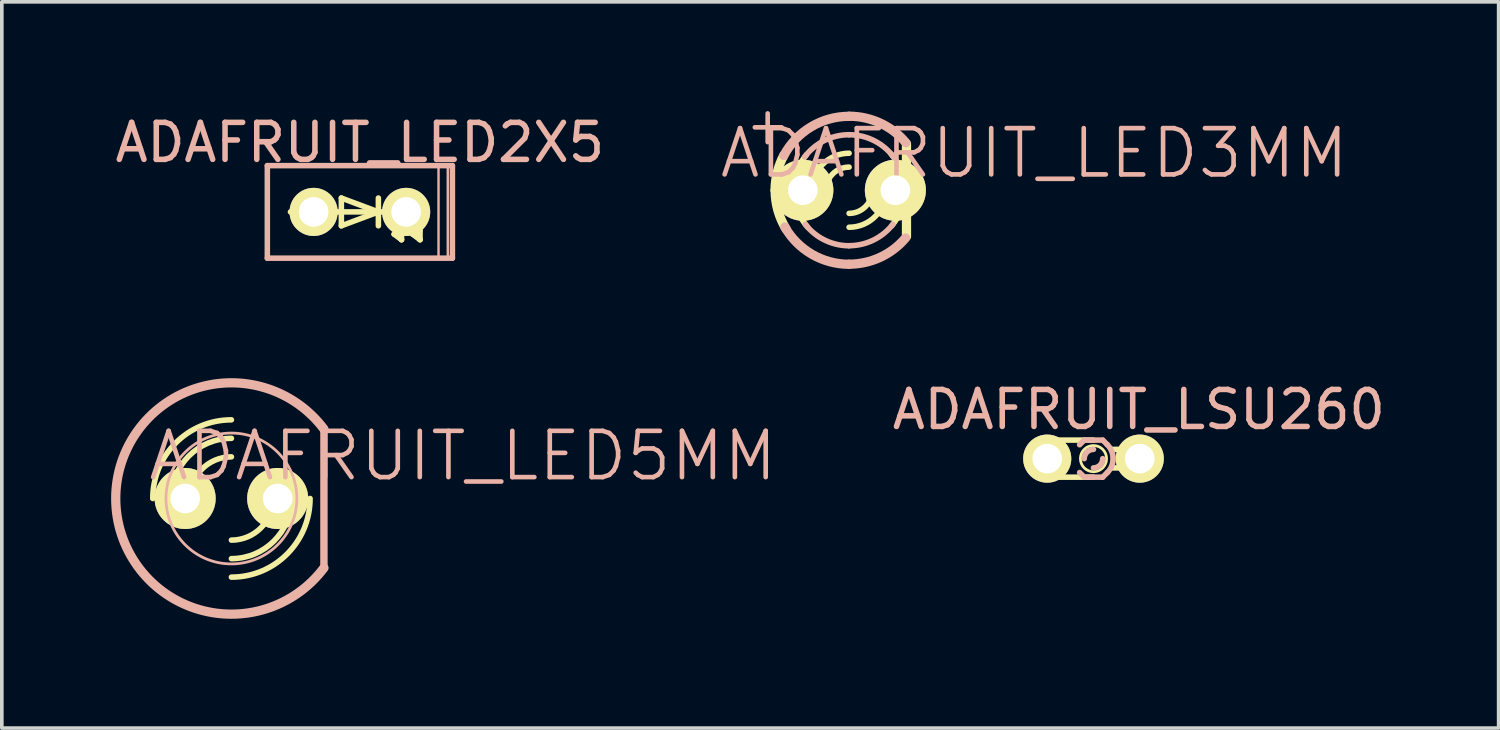
<source format=kicad_pcb>
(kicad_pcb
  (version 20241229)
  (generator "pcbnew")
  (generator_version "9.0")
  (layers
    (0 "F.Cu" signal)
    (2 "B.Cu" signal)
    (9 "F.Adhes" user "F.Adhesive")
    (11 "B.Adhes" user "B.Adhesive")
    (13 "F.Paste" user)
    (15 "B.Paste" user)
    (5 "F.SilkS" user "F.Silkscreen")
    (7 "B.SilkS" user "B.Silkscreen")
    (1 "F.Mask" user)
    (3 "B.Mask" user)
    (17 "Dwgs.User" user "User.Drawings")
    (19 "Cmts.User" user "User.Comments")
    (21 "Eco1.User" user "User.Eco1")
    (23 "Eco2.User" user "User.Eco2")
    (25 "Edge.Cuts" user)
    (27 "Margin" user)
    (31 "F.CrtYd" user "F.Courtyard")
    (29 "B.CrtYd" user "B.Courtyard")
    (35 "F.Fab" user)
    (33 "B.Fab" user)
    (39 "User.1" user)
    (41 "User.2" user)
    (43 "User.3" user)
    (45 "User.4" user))
  (footprint "ADAFRUIT_LSU260"
    (layer "F.Cu")
    (at 26.965 9.539)
    (property "Reference" "ADAFRUIT_LSU260" (at 1.245 -1.346 0) (layer "B.SilkS") (effects (font (size 1.016 1.016) (thickness 0.152))))
    (attr exclude_from_pos_files exclude_from_bom)
    (fp_line (start -1.397 -0.254) (end -1.143 -0.254) (stroke (width 0.066) (type solid)) (layer "F.SilkS"))
    (fp_line (start -1.397 -0.254) (end -1.143 -0.254) (stroke (width 0.152) (type solid)) (layer "F.SilkS"))
    (fp_line (start -1.397 0.254) (end -1.397 -0.254) (stroke (width 0.066) (type solid)) (layer "F.SilkS"))
    (fp_line (start -1.397 0.254) (end -1.397 -0.254) (stroke (width 0.152) (type solid)) (layer "F.SilkS"))
    (fp_line (start -1.397 0.254) (end -1.143 0.254) (stroke (width 0.066) (type solid)) (layer "F.SilkS"))
    (fp_line (start -1.143 -0.508) (end 0 -0.508) (stroke (width 0.152) (type solid)) (layer "F.SilkS"))
    (fp_line (start -1.143 -0.254) (end -1.143 -0.508) (stroke (width 0.152) (type solid)) (layer "F.SilkS"))
    (fp_line (start -1.143 0.254) (end -1.397 0.254) (stroke (width 0.152) (type solid)) (layer "F.SilkS"))
    (fp_line (start -1.143 0.254) (end -1.143 -0.254) (stroke (width 0.066) (type solid)) (layer "F.SilkS"))
    (fp_line (start -1.143 0.254) (end -1.143 -0.254) (stroke (width 0.152) (type solid)) (layer "F.SilkS"))
    (fp_line (start -1.143 0.508) (end -1.143 0.254) (stroke (width 0.152) (type solid)) (layer "F.SilkS"))
    (fp_line (start 0 0.508) (end -1.143 0.508) (stroke (width 0.152) (type solid)) (layer "F.SilkS"))
    (fp_line (start 0.508 -0.254) (end 1.397 -0.254) (stroke (width 0.066) (type solid)) (layer "F.SilkS"))
    (fp_line (start 0.508 0.254) (end 0.508 -0.254) (stroke (width 0.066) (type solid)) (layer "F.SilkS"))
    (fp_line (start 0.508 0.254) (end 1.397 0.254) (stroke (width 0.066) (type solid)) (layer "F.SilkS"))
    (fp_line (start 0.508 0.254) (end 1.397 0.254) (stroke (width 0.152) (type solid)) (layer "F.SilkS"))
    (fp_line (start 1.397 -0.254) (end 0.508 -0.254) (stroke (width 0.152) (type solid)) (layer "F.SilkS"))
    (fp_line (start 1.397 0.254) (end 1.397 -0.254) (stroke (width 0.066) (type solid)) (layer "F.SilkS"))
    (fp_line (start 1.397 0.254) (end 1.397 -0.254) (stroke (width 0.152) (type solid)) (layer "F.SilkS"))
    (fp_circle (center 0 0) (end -0.254 0.254) (stroke (width 0.076) (type solid)) (fill no) (layer "F.SilkS"))
    (fp_line (start -0.381 -0.381) (end -0.254 -0.508) (stroke (width 0.152) (type solid)) (layer "B.SilkS"))
    (fp_line (start -0.381 0.381) (end -0.254 0.508) (stroke (width 0.152) (type solid)) (layer "B.SilkS"))
    (fp_line (start 0.254 -0.508) (end -0.254 -0.508) (stroke (width 0.152) (type solid)) (layer "B.SilkS"))
    (fp_line (start 0.254 0.508) (end -0.254 0.508) (stroke (width 0.152) (type solid)) (layer "B.SilkS"))
    (fp_line (start 0.381 -0.381) (end 0.254 -0.508) (stroke (width 0.152) (type solid)) (layer "B.SilkS"))
    (fp_line (start 0.381 0.381) (end 0.254 0.508) (stroke (width 0.152) (type solid)) (layer "B.SilkS"))
    (fp_arc (start -0.254 0) (mid -0.179605 -0.179605) (end 0 -0.254) (stroke (width 0.1524) (type solid)) (layer "B.SilkS"))
    (fp_arc (start 0.254 0) (mid 0.179605 0.179605) (end 0 0.254) (stroke (width 0.1524) (type solid)) (layer "B.SilkS"))
    (fp_arc (start 0.381 -0.381) (mid 0.538815 0) (end 0.381 0.381) (stroke (width 0.1524) (type solid)) (layer "B.SilkS"))
    (pad "A" thru_hole circle (at -1.27 0) (size 1.321 1.321) (drill 0.813) (layers "*.Cu" "F.Mask" "F.SilkS" "F.Paste"))
    (pad "K" thru_hole circle (at 1.27 0) (size 1.321 1.321) (drill 0.813) (layers "*.Cu" "F.Mask" "F.SilkS" "F.Paste")))
  (footprint "ADAFRUIT_LED3MM"
    (layer "F.Cu")
    (at 20.257 2.172)
    (property "Reference" "ADAFRUIT_LED3MM" (at 5.08 -1.016 0) (layer "B.SilkS") (effects (font (size 1.27 1.27) (thickness 0.127))))
    (attr exclude_from_pos_files exclude_from_bom)
    (fp_line (start 1.575 1.27) (end 1.575 -1.27) (stroke (width 0.254) (type solid)) (layer "F.SilkS"))
    (fp_arc (start -2.032 0) (mid -1.970347 -0.496745) (end -1.78913 -0.963347) (stroke (width 0.254) (type solid)) (layer "F.SilkS"))
    (fp_arc (start -1.72974 1.06426) (mid -1.954164 0.553076) (end -2.030923 0.0001) (stroke (width 0.254) (type solid)) (layer "F.SilkS"))
    (fp_arc (start -1.524 0) (mid -1.432999 -0.518738) (end -1.170864 -0.975527) (stroke (width 0.1524) (type solid)) (layer "F.SilkS"))
    (fp_arc (start -1.13792 1.01092) (mid -1.422742 0.540951) (end -1.522111 0.000469) (stroke (width 0.1524) (type solid)) (layer "F.SilkS"))
    (fp_arc (start -1.016 0) (mid -0.71842 -0.71842) (end 0 -1.016) (stroke (width 0.1524) (type solid)) (layer "F.SilkS"))
    (fp_arc (start -0.635 0) (mid -0.449013 -0.449013) (end 0 -0.635) (stroke (width 0.1524) (type solid)) (layer "F.SilkS"))
    (fp_arc (start 0.635 0) (mid 0.449013 0.449013) (end 0 0.635) (stroke (width 0.1524) (type solid)) (layer "F.SilkS"))
    (fp_arc (start 1.016 0) (mid 0.71842 0.71842) (end 0 1.016) (stroke (width 0.1524) (type solid)) (layer "F.SilkS"))
    (fp_arc (start 1.1557 -0.9906) (mid 1.427593 -0.528119) (end 1.522147 -0.000034) (stroke (width 0.1524) (type solid)) (layer "F.SilkS"))
    (fp_arc (start 1.524 0) (mid 1.432999 0.518738) (end 1.170864 0.975527) (stroke (width 0.1524) (type solid)) (layer "F.SilkS"))
    (fp_line (start -2.588 -1.727) (end -1.854 -1.727) (stroke (width 0.127) (type solid)) (layer "B.SilkS"))
    (fp_line (start -2.235 -1.321) (end -2.235 -2.108) (stroke (width 0.127) (type solid)) (layer "B.SilkS"))
    (fp_arc (start -1.7907 -0.95504) (mid -1.044567 -1.739997) (end -0.000975 -2.02946) (stroke (width 0.254) (type solid)) (layer "B.SilkS"))
    (fp_arc (start -1.2192 -0.9144) (mid -0.681912 -1.362928) (end -0.000801 -1.524) (stroke (width 0.1524) (type solid)) (layer "B.SilkS"))
    (fp_arc (start 0 -2.032) (mid 0.860367 -1.840867) (end 1.55888 -1.303426) (stroke (width 0.254) (type solid)) (layer "B.SilkS"))
    (fp_arc (start 0 -1.524) (mid 0.696618 -1.35547) (end 1.239166 -0.887155) (stroke (width 0.1524) (type solid)) (layer "B.SilkS"))
    (fp_arc (start 0 1.524) (mid -0.669273 1.369179) (end -1.202564 0.936171) (stroke (width 0.1524) (type solid)) (layer "B.SilkS"))
    (fp_arc (start 0 2.032) (mid -1.01907 1.757988) (end -1.763299 1.009851) (stroke (width 0.254) (type solid)) (layer "B.SilkS"))
    (fp_arc (start 1.20142 0.93472) (mid 0.668882 1.367373) (end 0.000442 1.522206) (stroke (width 0.1524) (type solid)) (layer "B.SilkS"))
    (fp_arc (start 1.5494 1.31064) (mid 0.855154 1.840416) (end 0.002552 2.029387) (stroke (width 0.254) (type solid)) (layer "B.SilkS"))
    (pad "A" thru_hole circle (at -1.27 0) (size 1.676 1.676) (drill 0.813) (layers "*.Cu" "F.Mask" "F.SilkS" "F.Paste"))
    (pad "K" thru_hole circle (at 1.27 0) (size 1.676 1.676) (drill 0.813) (layers "*.Cu" "F.Mask" "F.SilkS" "F.Paste")))
  (footprint "ADAFRUIT_LED5MM"
    (layer "F.Cu")
    (at 3.302 10.633)
    (property "Reference" "ADAFRUIT_LED5MM" (at 6.35 -1.168 0) (layer "B.SilkS") (effects (font (size 1.27 1.27) (thickness 0.127))))
    (attr exclude_from_pos_files exclude_from_bom)
    (fp_arc (start -2.159 0) (mid -1.526644 -1.526644) (end 0 -2.159) (stroke (width 0.1524) (type solid)) (layer "F.SilkS"))
    (fp_arc (start -1.651 0) (mid -1.167433 -1.167433) (end 0 -1.651) (stroke (width 0.1524) (type solid)) (layer "F.SilkS"))
    (fp_arc (start -1.143 0) (mid -0.808223 -0.808223) (end 0 -1.143) (stroke (width 0.1524) (type solid)) (layer "F.SilkS"))
    (fp_arc (start 1.143 0) (mid 0.808223 0.808223) (end 0 1.143) (stroke (width 0.1524) (type solid)) (layer "F.SilkS"))
    (fp_arc (start 1.651 0) (mid 1.167433 1.167433) (end 0 1.651) (stroke (width 0.1524) (type solid)) (layer "F.SilkS"))
    (fp_arc (start 2.159 0) (mid 1.526644 1.526644) (end 0 2.159) (stroke (width 0.1524) (type solid)) (layer "F.SilkS"))
    (fp_line (start 2.54 1.905) (end 2.54 -1.905) (stroke (width 0.203) (type solid)) (layer "B.SilkS"))
    (fp_arc (start 2.54 1.905) (mid -3.175 0.001668) (end 2.537997 -1.907668) (stroke (width 0.254) (type solid)) (layer "B.SilkS"))
    (fp_circle (center 0 0) (end -1.27 1.27) (stroke (width 0.076) (type solid)) (fill no) (layer "B.SilkS"))
    (pad "A" thru_hole circle (at -1.27 0) (size 1.676 1.676) (drill 0.813) (layers "*.Cu" "F.Mask" "F.SilkS" "F.Paste"))
    (pad "K" thru_hole circle (at 1.27 0) (size 1.676 1.676) (drill 0.813) (layers "*.Cu" "F.Mask" "F.SilkS" "F.Paste")))
  (footprint "ADAFRUIT_LED2X5"
    (layer "F.Cu")
    (at 6.828 2.767)
    (property "Reference" "ADAFRUIT_LED2X5" (at 0 -1.905 0) (layer "B.SilkS") (effects (font (size 1.016 1.016) (thickness 0.152))))
    (attr exclude_from_pos_files exclude_from_bom)
    (fp_line (start -1.905 0) (end 0.508 0) (stroke (width 0.152) (type solid)) (layer "F.SilkS"))
    (fp_line (start -0.508 -0.381) (end -0.508 0.381) (stroke (width 0.152) (type solid)) (layer "F.SilkS"))
    (fp_line (start -0.508 -0.381) (end 0.508 0) (stroke (width 0.152) (type solid)) (layer "F.SilkS"))
    (fp_line (start 0.508 -0.381) (end 0.508 0) (stroke (width 0.152) (type solid)) (layer "F.SilkS"))
    (fp_line (start 0.508 0) (end -0.508 0.381) (stroke (width 0.152) (type solid)) (layer "F.SilkS"))
    (fp_line (start 0.508 0) (end 0.508 0.381) (stroke (width 0.152) (type solid)) (layer "F.SilkS"))
    (fp_line (start 0.508 0) (end 1.778 0) (stroke (width 0.152) (type solid)) (layer "F.SilkS"))
    (fp_line (start 0.889 0.254) (end 1.143 0.762) (stroke (width 0.152) (type solid)) (layer "F.SilkS"))
    (fp_line (start 0.94 0.61) (end 1.143 0.508) (stroke (width 0.152) (type solid)) (layer "F.SilkS"))
    (fp_line (start 1.143 0.762) (end 0.94 0.61) (stroke (width 0.152) (type solid)) (layer "F.SilkS"))
    (fp_line (start 1.143 0.762) (end 1.143 0.508) (stroke (width 0.152) (type solid)) (layer "F.SilkS"))
    (fp_line (start 1.397 0.254) (end 1.651 0.762) (stroke (width 0.152) (type solid)) (layer "F.SilkS"))
    (fp_line (start 1.448 0.61) (end 1.651 0.508) (stroke (width 0.152) (type solid)) (layer "F.SilkS"))
    (fp_line (start 1.651 0.762) (end 1.448 0.61) (stroke (width 0.152) (type solid)) (layer "F.SilkS"))
    (fp_line (start 1.651 0.762) (end 1.651 0.508) (stroke (width 0.152) (type solid)) (layer "F.SilkS"))
    (fp_line (start -2.54 1.27) (end -2.54 -1.27) (stroke (width 0.152) (type solid)) (layer "B.SilkS"))
    (fp_line (start -2.54 1.27) (end 2.54 1.27) (stroke (width 0.152) (type solid)) (layer "B.SilkS"))
    (fp_line (start 2.159 -1.27) (end 2.413 -1.27) (stroke (width 0.066) (type solid)) (layer "B.SilkS"))
    (fp_line (start 2.159 1.27) (end 2.159 -1.27) (stroke (width 0.066) (type solid)) (layer "B.SilkS"))
    (fp_line (start 2.159 1.27) (end 2.413 1.27) (stroke (width 0.066) (type solid)) (layer "B.SilkS"))
    (fp_line (start 2.413 1.27) (end 2.413 -1.27) (stroke (width 0.066) (type solid)) (layer "B.SilkS"))
    (fp_line (start 2.54 -1.27) (end -2.54 -1.27) (stroke (width 0.152) (type solid)) (layer "B.SilkS"))
    (fp_line (start 2.54 -1.27) (end 2.54 1.27) (stroke (width 0.152) (type solid)) (layer "B.SilkS"))
    (pad "A" thru_hole circle (at -1.27 0) (size 1.321 1.321) (drill 0.813) (layers "*.Cu" "F.Mask" "F.SilkS" "F.Paste"))
    (pad "K" thru_hole circle (at 1.27 0) (size 1.321 1.321) (drill 0.813) (layers "*.Cu" "F.Mask" "F.SilkS" "F.Paste")))
  (gr_rect
    (start -3 -3)
    (end 38.086 16.935)
    (stroke (width 0.1) (type default))
    (fill no)
    (layer "Edge.Cuts")))
</source>
